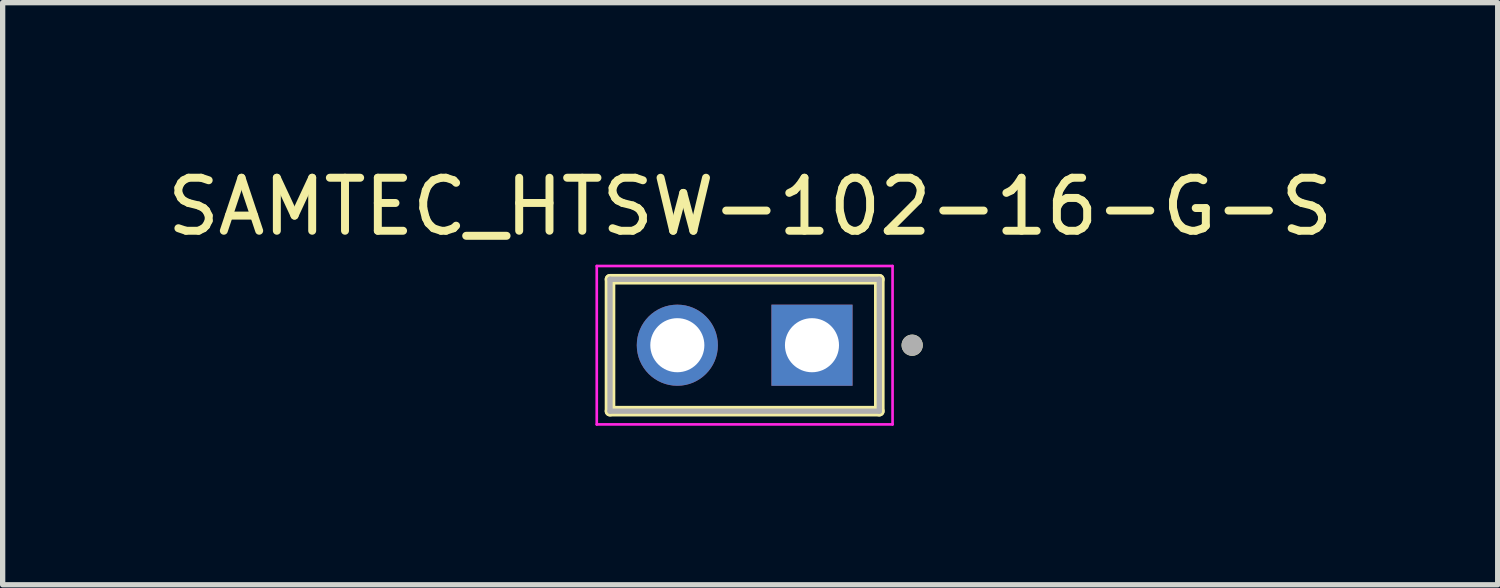
<source format=kicad_pcb>
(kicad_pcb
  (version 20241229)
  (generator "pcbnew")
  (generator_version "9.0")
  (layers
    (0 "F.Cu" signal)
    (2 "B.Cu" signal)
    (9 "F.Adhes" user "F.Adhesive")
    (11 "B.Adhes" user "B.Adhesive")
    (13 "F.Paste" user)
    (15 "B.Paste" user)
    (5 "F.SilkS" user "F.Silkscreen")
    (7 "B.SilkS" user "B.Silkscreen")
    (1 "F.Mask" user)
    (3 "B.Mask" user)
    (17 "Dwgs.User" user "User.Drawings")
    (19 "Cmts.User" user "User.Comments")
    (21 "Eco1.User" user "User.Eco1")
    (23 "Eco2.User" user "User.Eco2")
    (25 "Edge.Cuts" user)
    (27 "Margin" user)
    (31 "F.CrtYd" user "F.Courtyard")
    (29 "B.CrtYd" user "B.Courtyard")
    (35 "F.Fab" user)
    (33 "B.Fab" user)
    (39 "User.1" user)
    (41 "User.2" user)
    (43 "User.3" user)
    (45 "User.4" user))
  (footprint "SAMTEC_HTSW-102-16-G-S"
    (layer "F.Cu")
    (at 10.997 3.462)
    (property "Reference" "SAMTEC_HTSW-102-16-G-S" (at 0.104 -2.614 0) (layer "F.SilkS") (effects (font (size 1 1) (thickness 0.15))))
    (attr through_hole)
    (fp_line (start -2.54 -1.244) (end 2.54 -1.244) (stroke (width 0.2) (type solid)) (layer "F.SilkS"))
    (fp_line (start -2.54 1.244) (end -2.54 -1.244) (stroke (width 0.2) (type solid)) (layer "F.SilkS"))
    (fp_line (start 2.54 -1.244) (end 2.54 1.244) (stroke (width 0.2) (type solid)) (layer "F.SilkS"))
    (fp_line (start 2.54 1.244) (end -2.54 1.244) (stroke (width 0.2) (type solid)) (layer "F.SilkS"))
    (fp_circle (center 3.16 0) (end 3.26 0) (stroke (width 0.2) (type solid)) (fill no) (layer "F.SilkS"))
    (fp_line (start -2.79 -1.494) (end 2.79 -1.494) (stroke (width 0.05) (type solid)) (layer "F.CrtYd"))
    (fp_line (start -2.79 1.494) (end -2.79 -1.494) (stroke (width 0.05) (type solid)) (layer "F.CrtYd"))
    (fp_line (start 2.79 -1.494) (end 2.79 1.494) (stroke (width 0.05) (type solid)) (layer "F.CrtYd"))
    (fp_line (start 2.79 1.494) (end -2.79 1.494) (stroke (width 0.05) (type solid)) (layer "F.CrtYd"))
    (fp_line (start -2.54 -1.244) (end 2.54 -1.244) (stroke (width 0.1) (type solid)) (layer "F.Fab"))
    (fp_line (start -2.54 1.244) (end -2.54 -1.244) (stroke (width 0.1) (type solid)) (layer "F.Fab"))
    (fp_line (start 2.54 -1.244) (end 2.54 1.244) (stroke (width 0.1) (type solid)) (layer "F.Fab"))
    (fp_line (start 2.54 1.244) (end -2.54 1.244) (stroke (width 0.1) (type solid)) (layer "F.Fab"))
    (fp_circle (center 3.16 0) (end 3.26 0) (stroke (width 0.2) (type solid)) (fill no) (layer "F.Fab"))
    (pad "01" thru_hole rect (at 1.27 0) (size 1.53 1.53) (drill 1.02) (layers "*.Cu" "*.Mask"))
    (pad "02" thru_hole circle (at -1.27 0) (size 1.53 1.53) (drill 1.02) (layers "*.Cu" "*.Mask")))
  (gr_rect
    (start -3 -3)
    (end 25.202 7.981)
    (stroke (width 0.1) (type default))
    (fill no)
    (layer "Edge.Cuts")))
</source>
